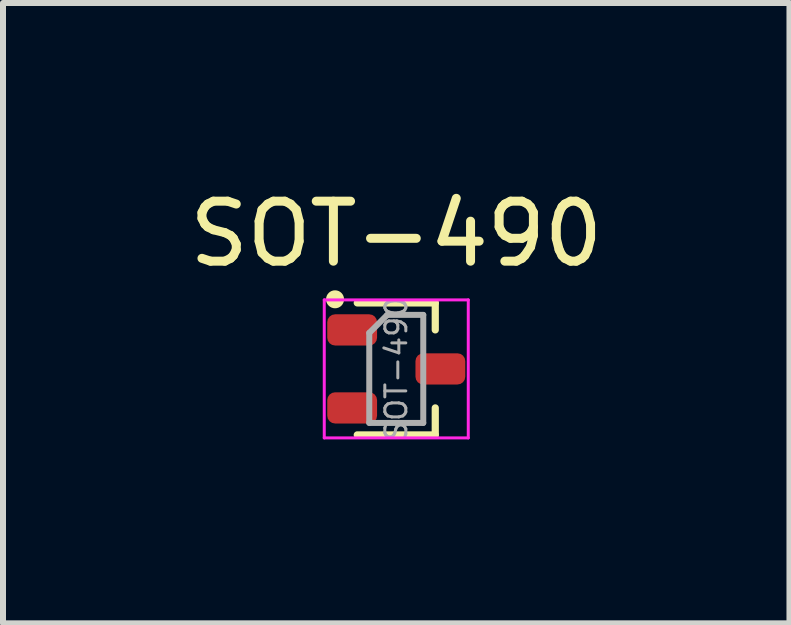
<source format=kicad_pcb>
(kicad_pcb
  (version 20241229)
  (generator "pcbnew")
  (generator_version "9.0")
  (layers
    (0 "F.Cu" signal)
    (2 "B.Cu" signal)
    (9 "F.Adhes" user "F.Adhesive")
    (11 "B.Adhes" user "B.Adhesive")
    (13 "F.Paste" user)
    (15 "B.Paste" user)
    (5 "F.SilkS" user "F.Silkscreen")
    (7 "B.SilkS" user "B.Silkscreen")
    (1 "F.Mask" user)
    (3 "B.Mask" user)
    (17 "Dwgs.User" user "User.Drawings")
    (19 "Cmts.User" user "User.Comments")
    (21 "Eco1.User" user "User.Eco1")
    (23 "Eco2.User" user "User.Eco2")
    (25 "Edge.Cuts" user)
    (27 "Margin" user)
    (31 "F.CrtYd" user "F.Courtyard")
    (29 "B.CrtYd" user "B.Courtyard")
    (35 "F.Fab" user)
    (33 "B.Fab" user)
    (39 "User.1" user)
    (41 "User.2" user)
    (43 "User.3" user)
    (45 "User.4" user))
  (footprint "SOT-490"
    (layer "F.Cu")
    (at 3.554 3.098)
    (property "Reference" "SOT-490" (at 0 -2.25 0) (layer "F.SilkS") (effects (font (size 1 1) (thickness 0.15))))
    (attr smd)
    (fp_line (start 0.65 -1.1) (end -0.65 -1.1) (stroke (width 0.12) (type solid)) (layer "F.SilkS"))
    (fp_line (start 0.65 -1.1) (end 0.65 -0.65) (stroke (width 0.12) (type solid)) (layer "F.SilkS"))
    (fp_line (start 0.65 1.1) (end -0.65 1.1) (stroke (width 0.12) (type solid)) (layer "F.SilkS"))
    (fp_line (start 0.65 1.1) (end 0.65 0.65) (stroke (width 0.12) (type solid)) (layer "F.SilkS"))
    (fp_circle (center -1.02 -1.16) (end -0.87 -1.16) (stroke (width 0) (type solid)) (fill yes) (layer "F.SilkS"))
    (fp_line (start -1.2 -1.15) (end 1.2 -1.15) (stroke (width 0.05) (type solid)) (layer "F.CrtYd"))
    (fp_line (start -1.2 1.15) (end -1.2 -1.15) (stroke (width 0.05) (type solid)) (layer "F.CrtYd"))
    (fp_line (start 1.2 -1.15) (end 1.2 1.15) (stroke (width 0.05) (type solid)) (layer "F.CrtYd"))
    (fp_line (start 1.2 1.15) (end -1.2 1.15) (stroke (width 0.05) (type solid)) (layer "F.CrtYd"))
    (fp_line (start -0.45 -0.6) (end -0.45 0.9) (stroke (width 0.1) (type solid)) (layer "F.Fab"))
    (fp_line (start -0.45 0.9) (end 0.45 0.9) (stroke (width 0.1) (type solid)) (layer "F.Fab"))
    (fp_line (start -0.15 -0.9) (end -0.45 -0.6) (stroke (width 0.1) (type solid)) (layer "F.Fab"))
    (fp_line (start -0.15 -0.9) (end 0.45 -0.9) (stroke (width 0.1) (type solid)) (layer "F.Fab"))
    (fp_line (start 0.45 -0.9) (end 0.45 0.9) (stroke (width 0.1) (type solid)) (layer "F.Fab"))
    (fp_text user "${REFERENCE}" (at 0 0 90) (layer "F.Fab") (effects (font (size 0.35 0.35) (thickness 0.05))))
    (pad "1" smd roundrect (at -0.735 -0.65) (size 0.83 0.52) (layers "F.Cu" "F.Mask" "F.Paste") (roundrect_rratio 0.25))
    (pad "2" smd roundrect (at -0.735 0.65) (size 0.83 0.52) (layers "F.Cu" "F.Mask" "F.Paste") (roundrect_rratio 0.25))
    (pad "3" smd roundrect (at 0.735 0) (size 0.83 0.52) (layers "F.Cu" "F.Mask" "F.Paste") (roundrect_rratio 0.25)))
  (gr_rect
    (start -3 -3)
    (end 10.107 7.338)
    (stroke (width 0.1) (type default))
    (fill no)
    (layer "Edge.Cuts")))
</source>
